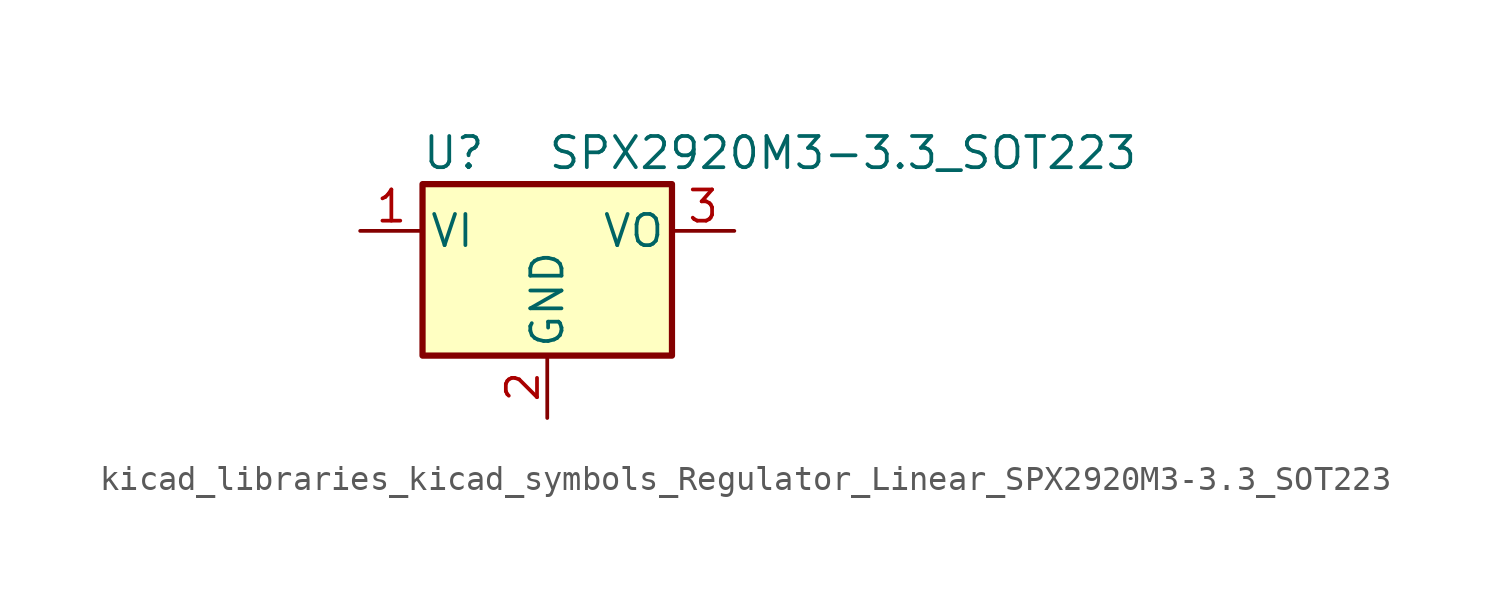
<source format=kicad_sym>
(kicad_symbol_lib
  (version 20220914)
  (generator kicad_symbol_editor)
  (symbol "kicad_libraries_kicad_symbols_Regulator_Linear_SPX2920M3-3.3_SOT223"
    (pin_names
      (offset 0.254))
    (property "Reference" "U"
      (at -3.81 3.175 0)
      (effects (font (size 1.27 1.27))))
    (property "Value" "SPX2920M3-3.3_SOT223"
      (at 0 3.175 0)
      (effects (font (size 1.27 1.27)) (justify left)))
    (symbol "kicad_libraries_kicad_symbols_Regulator_Linear_SPX2920M3-3.3_SOT223_0_1"
      (rectangle (start -5.08 -5.08) (end 5.08 1.905) (stroke (width 0.254) (type default)) (fill (type background))))
    (symbol "kicad_libraries_kicad_symbols_Regulator_Linear_SPX2920M3-3.3_SOT223_1_1"
      (pin power_in line (at -7.62 0 0) (length 2.54) (name "VI" (effects (font (size 1.27 1.27)))) (number "1" (effects (font (size 1.27 1.27)))))
      (pin power_in line (at 0 -7.62 90) (length 2.54) (name "GND" (effects (font (size 1.27 1.27)))) (number "2" (effects (font (size 1.27 1.27)))))
      (pin power_out line (at 7.62 0 180) (length 2.54) (name "VO" (effects (font (size 1.27 1.27)))) (number "3" (effects (font (size 1.27 1.27))))))))
</source>
